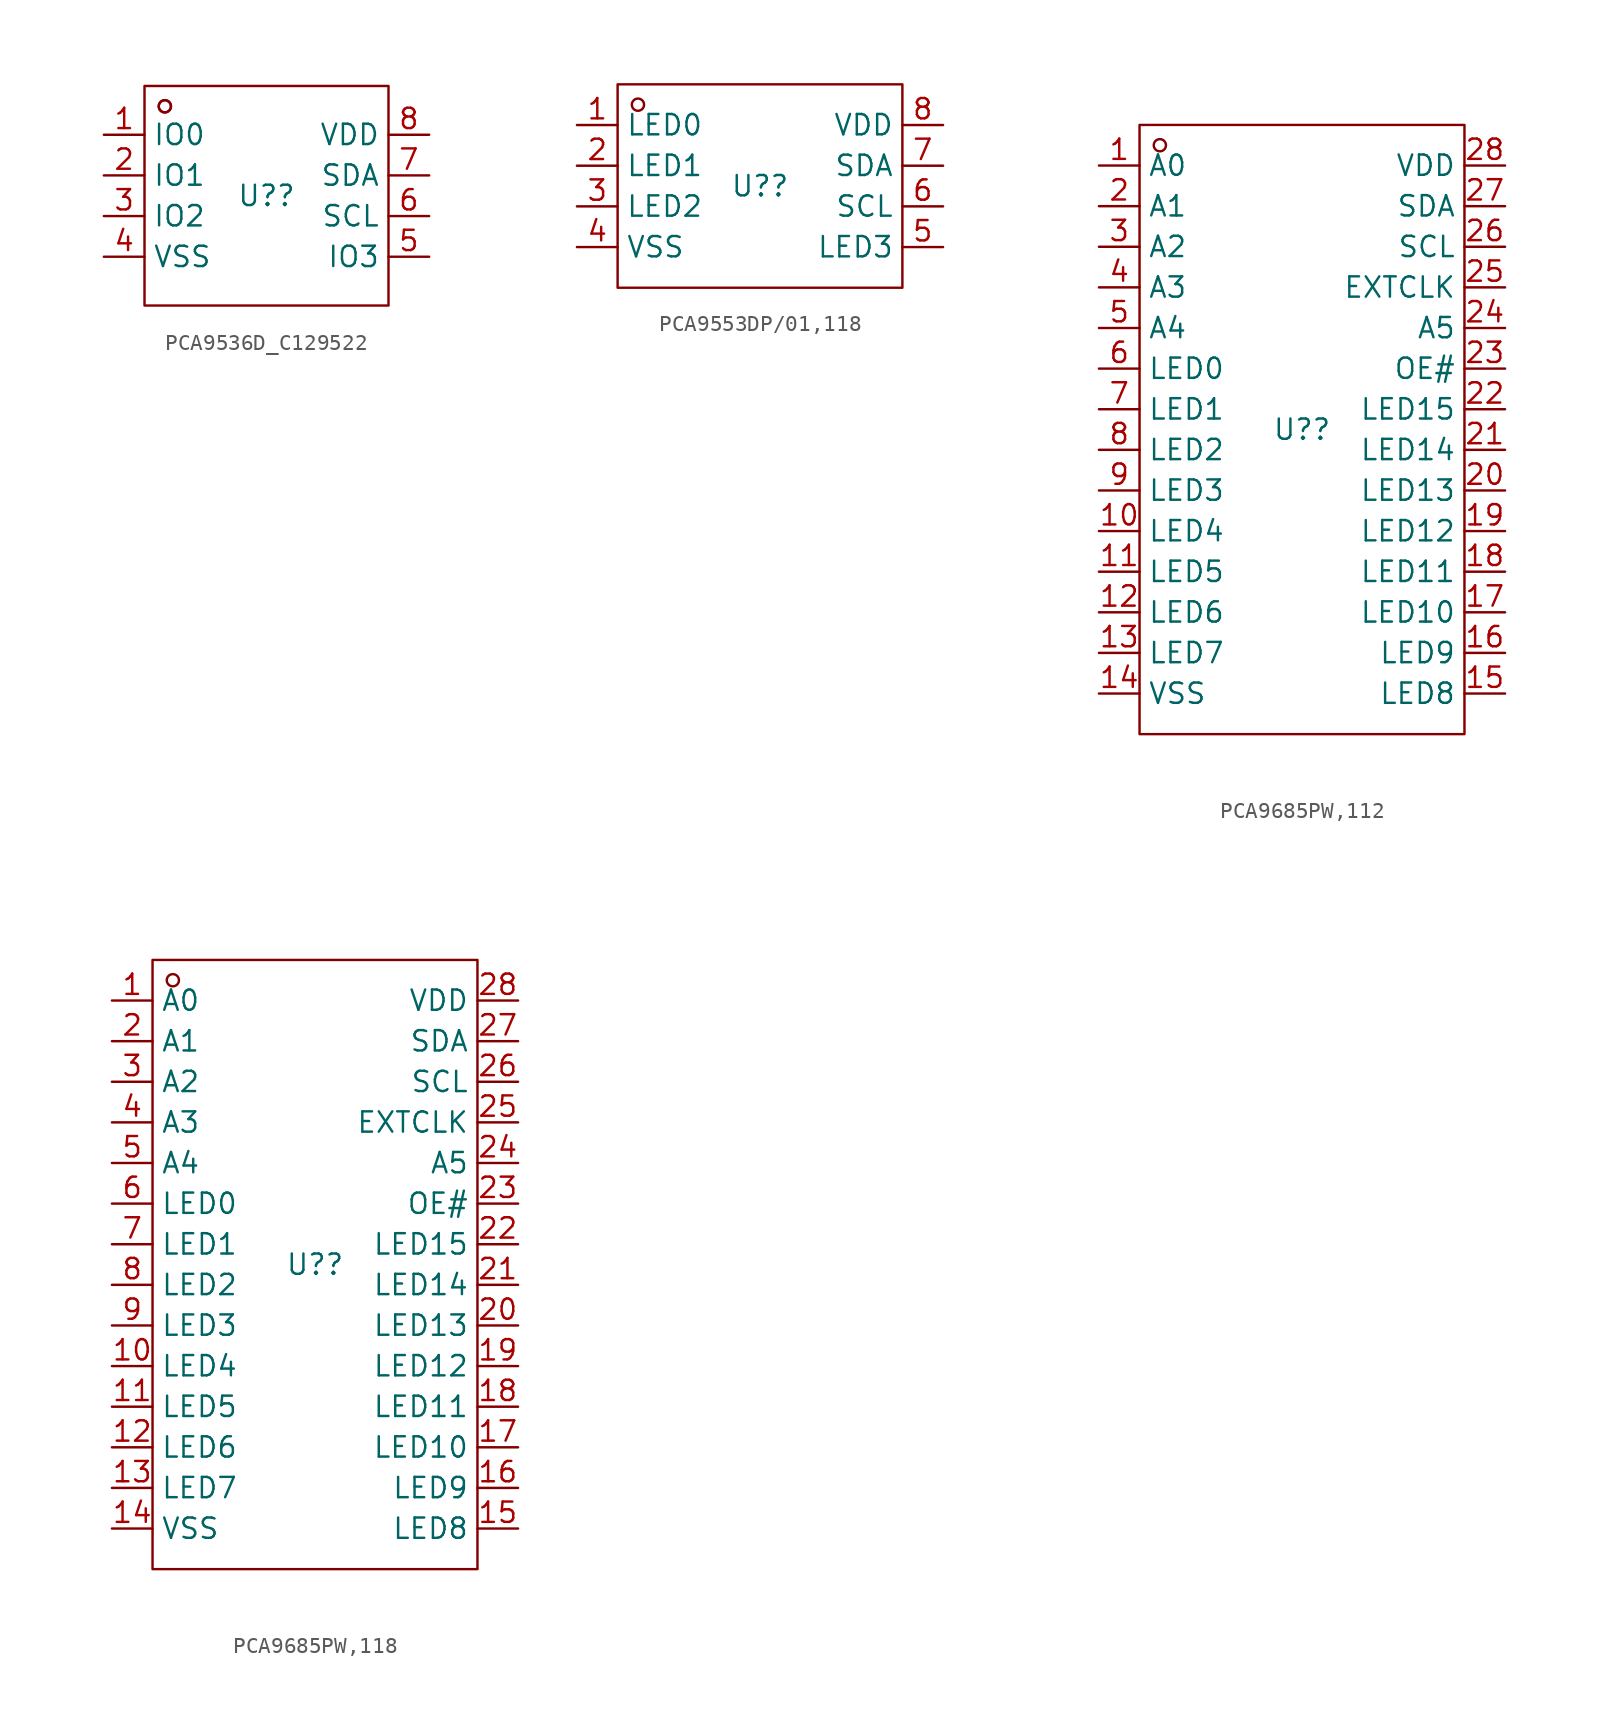
<source format=kicad_sym>
(kicad_symbol_lib
  (version 20231120)
  (generator "kicad_symbol_editor")
  (generator_version "8.0")
  (symbol "PCA9536D_C129522"
    (property "Reference" "U?"
      (at 0 0 0)
      (effects (font (size 1.27 1.27))))
    (property "Value" ""
      (at 0 0 0)
      (effects (font (size 1.27 1.27))))
    (symbol "PCA9536D_C129522_1_0"
      (rectangle (start -7.62 -6.858) (end 7.62 6.858) (stroke (width 0) (type default)) (fill (type none)))
      (circle (center -6.35 5.588) (radius 0.381) (stroke (width 0) (type default)) (fill (type none)))
      (circle (center -6.35 5.588) (radius 0.381) (stroke (width 0) (type default)) (fill (type none)))
      (pin input line (at -10.16 3.81 0) (length 2.54) (name "IO0" (effects (font (size 1.27 1.27)))) (number "1" (effects (font (size 1.27 1.27)))))
      (pin input line (at -10.16 1.27 0) (length 2.54) (name "IO1" (effects (font (size 1.27 1.27)))) (number "2" (effects (font (size 1.27 1.27)))))
      (pin input line (at -10.16 -1.27 0) (length 2.54) (name "IO2" (effects (font (size 1.27 1.27)))) (number "3" (effects (font (size 1.27 1.27)))))
      (pin input line (at -10.16 -3.81 0) (length 2.54) (name "VSS" (effects (font (size 1.27 1.27)))) (number "4" (effects (font (size 1.27 1.27)))))
      (pin input line (at 10.16 -3.81 180) (length 2.54) (name "IO3" (effects (font (size 1.27 1.27)))) (number "5" (effects (font (size 1.27 1.27)))))
      (pin input line (at 10.16 -1.27 180) (length 2.54) (name "SCL" (effects (font (size 1.27 1.27)))) (number "6" (effects (font (size 1.27 1.27)))))
      (pin input line (at 10.16 1.27 180) (length 2.54) (name "SDA" (effects (font (size 1.27 1.27)))) (number "7" (effects (font (size 1.27 1.27)))))
      (pin input line (at 10.16 3.81 180) (length 2.54) (name "VDD" (effects (font (size 1.27 1.27)))) (number "8" (effects (font (size 1.27 1.27)))))))
  (symbol "PCA9553DP/01,118"
    (property "Reference" "U?"
      (at 0 0 0)
      (effects (font (size 1.27 1.27))))
    (property "Value" ""
      (at 0 0 0)
      (effects (font (size 1.27 1.27))))
    (symbol "PCA9553DP/01,118_1_0"
      (rectangle (start -8.89 -6.35) (end 8.89 6.35) (stroke (width 0) (type default)) (fill (type none)))
      (circle (center -7.62 5.08) (radius 0.381) (stroke (width 0) (type default)) (fill (type none)))
      (pin input line (at -11.43 3.81 0) (length 2.54) (name "LED0" (effects (font (size 1.27 1.27)))) (number "1" (effects (font (size 1.27 1.27)))))
      (pin input line (at -11.43 1.27 0) (length 2.54) (name "LED1" (effects (font (size 1.27 1.27)))) (number "2" (effects (font (size 1.27 1.27)))))
      (pin input line (at -11.43 -1.27 0) (length 2.54) (name "LED2" (effects (font (size 1.27 1.27)))) (number "3" (effects (font (size 1.27 1.27)))))
      (pin input line (at -11.43 -3.81 0) (length 2.54) (name "VSS" (effects (font (size 1.27 1.27)))) (number "4" (effects (font (size 1.27 1.27)))))
      (pin input line (at 11.43 -3.81 180) (length 2.54) (name "LED3" (effects (font (size 1.27 1.27)))) (number "5" (effects (font (size 1.27 1.27)))))
      (pin input line (at 11.43 -1.27 180) (length 2.54) (name "SCL" (effects (font (size 1.27 1.27)))) (number "6" (effects (font (size 1.27 1.27)))))
      (pin input line (at 11.43 1.27 180) (length 2.54) (name "SDA" (effects (font (size 1.27 1.27)))) (number "7" (effects (font (size 1.27 1.27)))))
      (pin input line (at 11.43 3.81 180) (length 2.54) (name "VDD" (effects (font (size 1.27 1.27)))) (number "8" (effects (font (size 1.27 1.27)))))))
  (symbol "PCA9685PW,112"
    (property "Reference" "U?"
      (at 0 0 0)
      (effects (font (size 1.27 1.27))))
    (property "Value" ""
      (at 0 0 0)
      (effects (font (size 1.27 1.27))))
    (symbol "PCA9685PW,112_1_0"
      (rectangle (start -10.16 -19.05) (end 10.16 19.05) (stroke (width 0) (type default)) (fill (type none)))
      (circle (center -8.89 17.78) (radius 0.381) (stroke (width 0) (type default)) (fill (type none)))
      (pin input line (at -12.7 16.51 0) (length 2.54) (name "A0" (effects (font (size 1.27 1.27)))) (number "1" (effects (font (size 1.27 1.27)))))
      (pin input line (at -12.7 -6.35 0) (length 2.54) (name "LED4" (effects (font (size 1.27 1.27)))) (number "10" (effects (font (size 1.27 1.27)))))
      (pin input line (at -12.7 -8.89 0) (length 2.54) (name "LED5" (effects (font (size 1.27 1.27)))) (number "11" (effects (font (size 1.27 1.27)))))
      (pin input line (at -12.7 -11.43 0) (length 2.54) (name "LED6" (effects (font (size 1.27 1.27)))) (number "12" (effects (font (size 1.27 1.27)))))
      (pin input line (at -12.7 -13.97 0) (length 2.54) (name "LED7" (effects (font (size 1.27 1.27)))) (number "13" (effects (font (size 1.27 1.27)))))
      (pin input line (at -12.7 -16.51 0) (length 2.54) (name "VSS" (effects (font (size 1.27 1.27)))) (number "14" (effects (font (size 1.27 1.27)))))
      (pin input line (at 12.7 -16.51 180) (length 2.54) (name "LED8" (effects (font (size 1.27 1.27)))) (number "15" (effects (font (size 1.27 1.27)))))
      (pin input line (at 12.7 -13.97 180) (length 2.54) (name "LED9" (effects (font (size 1.27 1.27)))) (number "16" (effects (font (size 1.27 1.27)))))
      (pin input line (at 12.7 -11.43 180) (length 2.54) (name "LED10" (effects (font (size 1.27 1.27)))) (number "17" (effects (font (size 1.27 1.27)))))
      (pin input line (at 12.7 -8.89 180) (length 2.54) (name "LED11" (effects (font (size 1.27 1.27)))) (number "18" (effects (font (size 1.27 1.27)))))
      (pin input line (at 12.7 -6.35 180) (length 2.54) (name "LED12" (effects (font (size 1.27 1.27)))) (number "19" (effects (font (size 1.27 1.27)))))
      (pin input line (at -12.7 13.97 0) (length 2.54) (name "A1" (effects (font (size 1.27 1.27)))) (number "2" (effects (font (size 1.27 1.27)))))
      (pin input line (at 12.7 -3.81 180) (length 2.54) (name "LED13" (effects (font (size 1.27 1.27)))) (number "20" (effects (font (size 1.27 1.27)))))
      (pin input line (at 12.7 -1.27 180) (length 2.54) (name "LED14" (effects (font (size 1.27 1.27)))) (number "21" (effects (font (size 1.27 1.27)))))
      (pin input line (at 12.7 1.27 180) (length 2.54) (name "LED15" (effects (font (size 1.27 1.27)))) (number "22" (effects (font (size 1.27 1.27)))))
      (pin input line (at 12.7 3.81 180) (length 2.54) (name "OE#" (effects (font (size 1.27 1.27)))) (number "23" (effects (font (size 1.27 1.27)))))
      (pin input line (at 12.7 6.35 180) (length 2.54) (name "A5" (effects (font (size 1.27 1.27)))) (number "24" (effects (font (size 1.27 1.27)))))
      (pin input line (at 12.7 8.89 180) (length 2.54) (name "EXTCLK" (effects (font (size 1.27 1.27)))) (number "25" (effects (font (size 1.27 1.27)))))
      (pin input line (at 12.7 11.43 180) (length 2.54) (name "SCL" (effects (font (size 1.27 1.27)))) (number "26" (effects (font (size 1.27 1.27)))))
      (pin input line (at 12.7 13.97 180) (length 2.54) (name "SDA" (effects (font (size 1.27 1.27)))) (number "27" (effects (font (size 1.27 1.27)))))
      (pin input line (at 12.7 16.51 180) (length 2.54) (name "VDD" (effects (font (size 1.27 1.27)))) (number "28" (effects (font (size 1.27 1.27)))))
      (pin input line (at -12.7 11.43 0) (length 2.54) (name "A2" (effects (font (size 1.27 1.27)))) (number "3" (effects (font (size 1.27 1.27)))))
      (pin input line (at -12.7 8.89 0) (length 2.54) (name "A3" (effects (font (size 1.27 1.27)))) (number "4" (effects (font (size 1.27 1.27)))))
      (pin input line (at -12.7 6.35 0) (length 2.54) (name "A4" (effects (font (size 1.27 1.27)))) (number "5" (effects (font (size 1.27 1.27)))))
      (pin input line (at -12.7 3.81 0) (length 2.54) (name "LED0" (effects (font (size 1.27 1.27)))) (number "6" (effects (font (size 1.27 1.27)))))
      (pin input line (at -12.7 1.27 0) (length 2.54) (name "LED1" (effects (font (size 1.27 1.27)))) (number "7" (effects (font (size 1.27 1.27)))))
      (pin input line (at -12.7 -1.27 0) (length 2.54) (name "LED2" (effects (font (size 1.27 1.27)))) (number "8" (effects (font (size 1.27 1.27)))))
      (pin input line (at -12.7 -3.81 0) (length 2.54) (name "LED3" (effects (font (size 1.27 1.27)))) (number "9" (effects (font (size 1.27 1.27)))))))
  (symbol "PCA9685PW,118"
    (property "Reference" "U?"
      (at 0 0 0)
      (effects (font (size 1.27 1.27))))
    (property "Value" ""
      (at 0 0 0)
      (effects (font (size 1.27 1.27))))
    (symbol "PCA9685PW,118_1_0"
      (rectangle (start -10.16 -19.05) (end 10.16 19.05) (stroke (width 0) (type default)) (fill (type none)))
      (circle (center -8.89 17.78) (radius 0.381) (stroke (width 0) (type default)) (fill (type none)))
      (pin input line (at -12.7 16.51 0) (length 2.54) (name "A0" (effects (font (size 1.27 1.27)))) (number "1" (effects (font (size 1.27 1.27)))))
      (pin input line (at -12.7 -6.35 0) (length 2.54) (name "LED4" (effects (font (size 1.27 1.27)))) (number "10" (effects (font (size 1.27 1.27)))))
      (pin input line (at -12.7 -8.89 0) (length 2.54) (name "LED5" (effects (font (size 1.27 1.27)))) (number "11" (effects (font (size 1.27 1.27)))))
      (pin input line (at -12.7 -11.43 0) (length 2.54) (name "LED6" (effects (font (size 1.27 1.27)))) (number "12" (effects (font (size 1.27 1.27)))))
      (pin input line (at -12.7 -13.97 0) (length 2.54) (name "LED7" (effects (font (size 1.27 1.27)))) (number "13" (effects (font (size 1.27 1.27)))))
      (pin input line (at -12.7 -16.51 0) (length 2.54) (name "VSS" (effects (font (size 1.27 1.27)))) (number "14" (effects (font (size 1.27 1.27)))))
      (pin input line (at 12.7 -16.51 180) (length 2.54) (name "LED8" (effects (font (size 1.27 1.27)))) (number "15" (effects (font (size 1.27 1.27)))))
      (pin input line (at 12.7 -13.97 180) (length 2.54) (name "LED9" (effects (font (size 1.27 1.27)))) (number "16" (effects (font (size 1.27 1.27)))))
      (pin input line (at 12.7 -11.43 180) (length 2.54) (name "LED10" (effects (font (size 1.27 1.27)))) (number "17" (effects (font (size 1.27 1.27)))))
      (pin input line (at 12.7 -8.89 180) (length 2.54) (name "LED11" (effects (font (size 1.27 1.27)))) (number "18" (effects (font (size 1.27 1.27)))))
      (pin input line (at 12.7 -6.35 180) (length 2.54) (name "LED12" (effects (font (size 1.27 1.27)))) (number "19" (effects (font (size 1.27 1.27)))))
      (pin input line (at -12.7 13.97 0) (length 2.54) (name "A1" (effects (font (size 1.27 1.27)))) (number "2" (effects (font (size 1.27 1.27)))))
      (pin input line (at 12.7 -3.81 180) (length 2.54) (name "LED13" (effects (font (size 1.27 1.27)))) (number "20" (effects (font (size 1.27 1.27)))))
      (pin input line (at 12.7 -1.27 180) (length 2.54) (name "LED14" (effects (font (size 1.27 1.27)))) (number "21" (effects (font (size 1.27 1.27)))))
      (pin input line (at 12.7 1.27 180) (length 2.54) (name "LED15" (effects (font (size 1.27 1.27)))) (number "22" (effects (font (size 1.27 1.27)))))
      (pin input line (at 12.7 3.81 180) (length 2.54) (name "OE#" (effects (font (size 1.27 1.27)))) (number "23" (effects (font (size 1.27 1.27)))))
      (pin input line (at 12.7 6.35 180) (length 2.54) (name "A5" (effects (font (size 1.27 1.27)))) (number "24" (effects (font (size 1.27 1.27)))))
      (pin input line (at 12.7 8.89 180) (length 2.54) (name "EXTCLK" (effects (font (size 1.27 1.27)))) (number "25" (effects (font (size 1.27 1.27)))))
      (pin input line (at 12.7 11.43 180) (length 2.54) (name "SCL" (effects (font (size 1.27 1.27)))) (number "26" (effects (font (size 1.27 1.27)))))
      (pin input line (at 12.7 13.97 180) (length 2.54) (name "SDA" (effects (font (size 1.27 1.27)))) (number "27" (effects (font (size 1.27 1.27)))))
      (pin input line (at 12.7 16.51 180) (length 2.54) (name "VDD" (effects (font (size 1.27 1.27)))) (number "28" (effects (font (size 1.27 1.27)))))
      (pin input line (at -12.7 11.43 0) (length 2.54) (name "A2" (effects (font (size 1.27 1.27)))) (number "3" (effects (font (size 1.27 1.27)))))
      (pin input line (at -12.7 8.89 0) (length 2.54) (name "A3" (effects (font (size 1.27 1.27)))) (number "4" (effects (font (size 1.27 1.27)))))
      (pin input line (at -12.7 6.35 0) (length 2.54) (name "A4" (effects (font (size 1.27 1.27)))) (number "5" (effects (font (size 1.27 1.27)))))
      (pin input line (at -12.7 3.81 0) (length 2.54) (name "LED0" (effects (font (size 1.27 1.27)))) (number "6" (effects (font (size 1.27 1.27)))))
      (pin input line (at -12.7 1.27 0) (length 2.54) (name "LED1" (effects (font (size 1.27 1.27)))) (number "7" (effects (font (size 1.27 1.27)))))
      (pin input line (at -12.7 -1.27 0) (length 2.54) (name "LED2" (effects (font (size 1.27 1.27)))) (number "8" (effects (font (size 1.27 1.27)))))
      (pin input line (at -12.7 -3.81 0) (length 2.54) (name "LED3" (effects (font (size 1.27 1.27)))) (number "9" (effects (font (size 1.27 1.27))))))))
</source>
